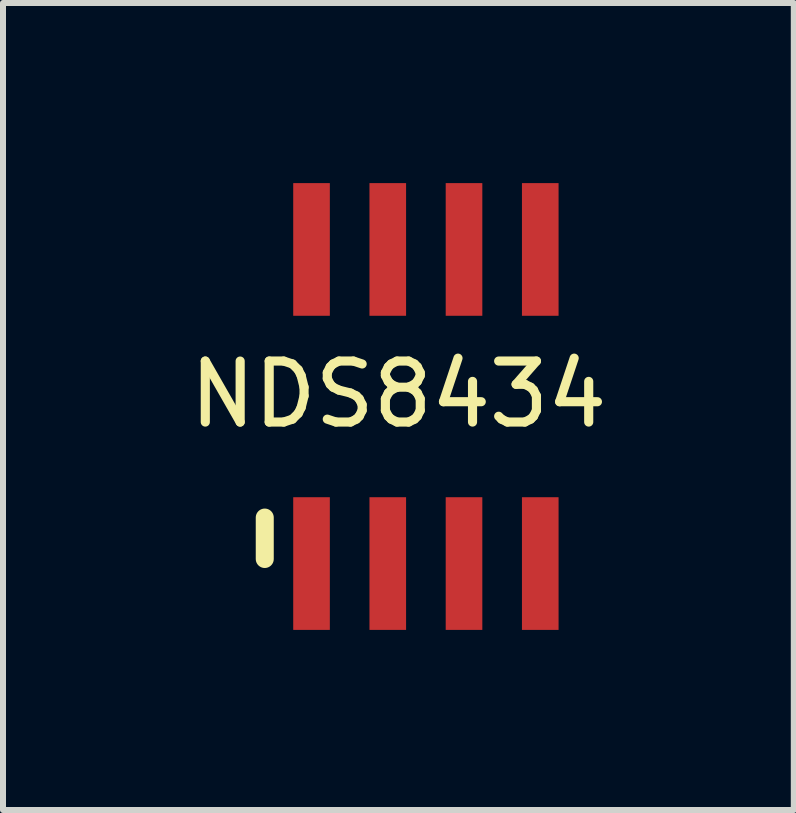
<source format=kicad_pcb>
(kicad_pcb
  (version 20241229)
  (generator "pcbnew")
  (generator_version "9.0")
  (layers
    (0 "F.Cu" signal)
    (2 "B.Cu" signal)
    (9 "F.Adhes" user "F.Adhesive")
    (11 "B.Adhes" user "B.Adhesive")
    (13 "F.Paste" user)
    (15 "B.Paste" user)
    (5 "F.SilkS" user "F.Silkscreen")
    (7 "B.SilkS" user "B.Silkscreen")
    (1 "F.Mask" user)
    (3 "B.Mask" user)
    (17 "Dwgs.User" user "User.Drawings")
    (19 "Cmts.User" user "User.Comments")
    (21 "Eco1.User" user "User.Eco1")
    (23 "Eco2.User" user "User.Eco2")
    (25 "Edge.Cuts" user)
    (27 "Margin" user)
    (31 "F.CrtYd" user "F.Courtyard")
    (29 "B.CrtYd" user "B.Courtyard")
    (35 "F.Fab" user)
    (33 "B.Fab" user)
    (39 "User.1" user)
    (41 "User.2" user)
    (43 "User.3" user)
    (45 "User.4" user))
  (footprint "NDS8434"
    (layer "F.Cu")
    (at 4.044 3.721)
    (property "Reference" "NDS8434" (at -0.457 -0.203 0) (layer "F.SilkS") (effects (font (size 1.016 1.016) (thickness 0.152))))
    (attr smd)
    (fp_line (start -2.684 1.85) (end -2.684 2.54) (stroke (width 0.3) (type solid)) (layer "F.SilkS"))
    (fp_poly (pts (xy -2.087 1.854) (xy -1.727 1.854) (xy -1.727 2.876) (xy -2.087 2.876)) (stroke (width 0.1) (type solid)) (fill no) (layer "Eco2.User"))
    (fp_poly (pts (xy -2.084 -2.87) (xy -1.727 -2.87) (xy -1.727 -1.855) (xy -2.084 -1.855)) (stroke (width 0.1) (type solid)) (fill no) (layer "Eco2.User"))
    (fp_poly (pts (xy -0.813 -2.87) (xy -0.457 -2.87) (xy -0.457 -1.855) (xy -0.813 -1.855)) (stroke (width 0.1) (type solid)) (fill no) (layer "Eco2.User"))
    (fp_poly (pts (xy -0.813 1.854) (xy -0.457 1.854) (xy -0.457 2.872) (xy -0.813 2.872)) (stroke (width 0.1) (type solid)) (fill no) (layer "Eco2.User"))
    (fp_poly (pts (xy 0.457 -2.87) (xy 0.813 -2.87) (xy 0.813 -1.855) (xy 0.457 -1.855)) (stroke (width 0.1) (type solid)) (fill no) (layer "Eco2.User"))
    (fp_poly (pts (xy 0.458 1.854) (xy 0.813 1.854) (xy 0.813 2.872) (xy 0.458 2.872)) (stroke (width 0.1) (type solid)) (fill no) (layer "Eco2.User"))
    (fp_poly (pts (xy 1.728 1.854) (xy 2.083 1.854) (xy 2.083 2.871) (xy 1.728 2.871)) (stroke (width 0.1) (type solid)) (fill no) (layer "Eco2.User"))
    (fp_poly (pts (xy 1.73 -2.87) (xy 2.083 -2.87) (xy 2.083 -1.857) (xy 1.73 -1.857)) (stroke (width 0.1) (type solid)) (fill no) (layer "Eco2.User"))
    (pad "1" smd rect (at -1.905 2.616) (size 0.61 2.21) (layers "F.Cu" "F.Mask" "F.Paste"))
    (pad "2" smd rect (at -0.635 2.616) (size 0.61 2.21) (layers "F.Cu" "F.Mask" "F.Paste"))
    (pad "3" smd rect (at 0.635 2.616) (size 0.61 2.21) (layers "F.Cu" "F.Mask" "F.Paste"))
    (pad "4" smd rect (at 1.905 2.616) (size 0.61 2.21) (layers "F.Cu" "F.Mask" "F.Paste"))
    (pad "5" smd rect (at 1.905 -2.616) (size 0.61 2.21) (layers "F.Cu" "F.Mask" "F.Paste"))
    (pad "6" smd rect (at 0.635 -2.616) (size 0.61 2.21) (layers "F.Cu" "F.Mask" "F.Paste"))
    (pad "7" smd rect (at -0.635 -2.616) (size 0.61 2.21) (layers "F.Cu" "F.Mask" "F.Paste"))
    (pad "8" smd rect (at -1.905 -2.616) (size 0.61 2.21) (layers "F.Cu" "F.Mask" "F.Paste")))
  (gr_rect
    (start -3 -3)
    (end 10.172 10.442)
    (stroke (width 0.1) (type default))
    (fill no)
    (layer "Edge.Cuts")))
</source>
